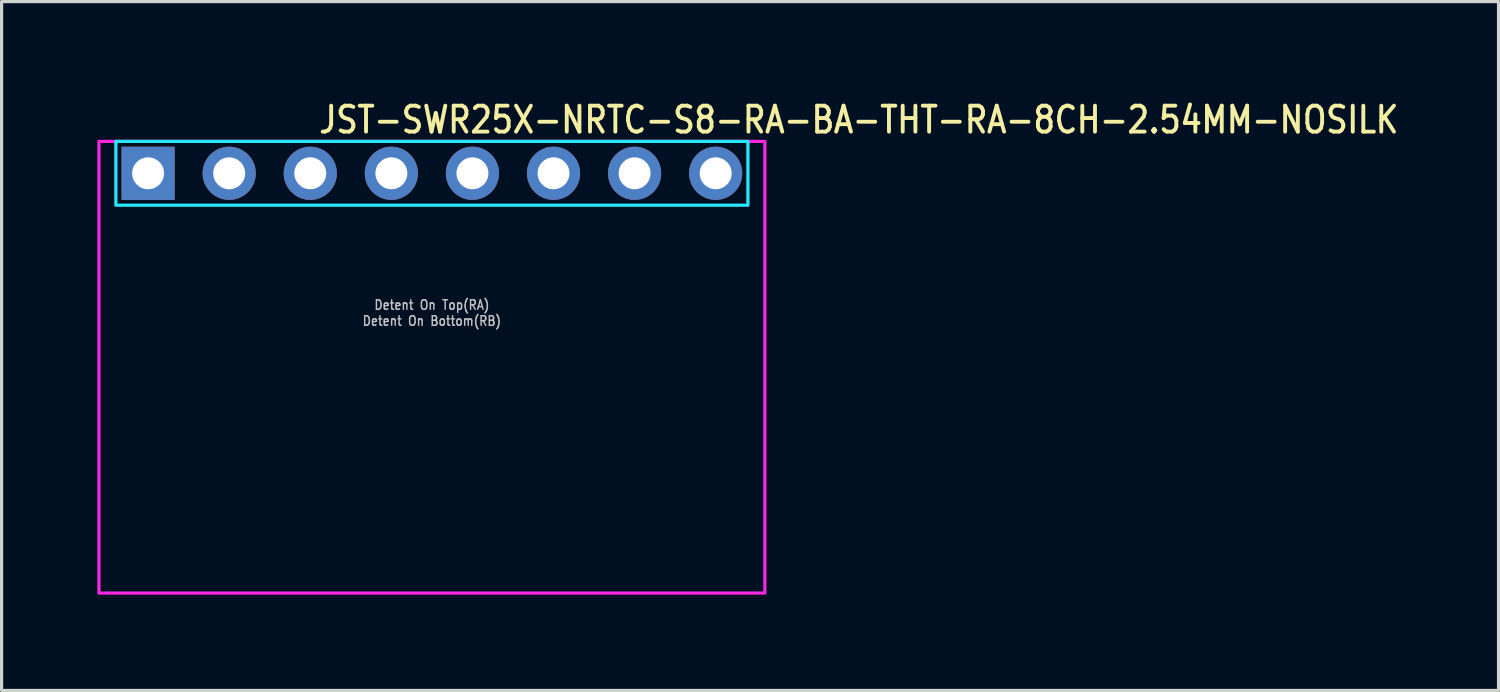
<source format=kicad_pcb>
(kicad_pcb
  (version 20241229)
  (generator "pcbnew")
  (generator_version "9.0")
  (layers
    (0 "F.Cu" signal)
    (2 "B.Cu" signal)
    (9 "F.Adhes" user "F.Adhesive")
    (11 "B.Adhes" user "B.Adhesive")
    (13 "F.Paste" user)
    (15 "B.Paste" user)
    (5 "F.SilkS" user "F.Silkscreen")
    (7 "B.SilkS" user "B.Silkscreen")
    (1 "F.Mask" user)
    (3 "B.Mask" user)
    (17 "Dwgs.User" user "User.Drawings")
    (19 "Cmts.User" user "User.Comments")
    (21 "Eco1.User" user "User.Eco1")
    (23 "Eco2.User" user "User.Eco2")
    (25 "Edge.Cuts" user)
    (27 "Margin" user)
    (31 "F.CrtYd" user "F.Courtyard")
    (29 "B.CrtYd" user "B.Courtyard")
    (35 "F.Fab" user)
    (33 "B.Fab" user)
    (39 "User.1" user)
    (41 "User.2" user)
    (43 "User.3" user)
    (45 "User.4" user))
  (footprint "JST-SWR25X-NRTC-S8-RA-BA-THT-RA-8CH-2.54MM-NOSILK"
    (layer "F.Cu")
    (at 10.48 2.379)
    (property "Reference" "JST-SWR25X-NRTC-S8-RA-BA-THT-RA-8CH-2.54MM-NOSILK" (at -3.6 -1.2 0) (unlocked yes) (layer "F.SilkS") (effects (font (size 0.813 0.695) (thickness 0.122)) (justify left bottom)))
    (fp_poly (pts (xy -9.9 -1) (xy -9.9 1) (xy 9.9 1) (xy 9.9 -1)) (stroke (width 0.1) (type solid)) (fill no) (layer "B.CrtYd"))
    (fp_poly (pts (xy -10.43 -1) (xy -10.43 13.15) (xy 10.43 13.15) (xy 10.43 -1)) (stroke (width 0.1) (type solid)) (fill no) (layer "F.CrtYd"))
    (fp_text user "Detent On Bottom(RB)" (at 0 4.8 0) (unlocked yes) (layer "Dwgs.User") (effects (font (size 0.3 0.257) (thickness 0.045)) (justify bottom)))
    (fp_text user "Detent On Top(RA)" (at 0 4.3 0) (unlocked yes) (layer "Dwgs.User") (effects (font (size 0.3 0.257) (thickness 0.045)) (justify bottom)))
    (pad "P$1" thru_hole rect (at -8.89 0) (size 1.667 1.667) (drill 1) (layers "*.Cu" "*.Mask"))
    (pad "P$2" thru_hole oval (at -6.35 0) (size 1.667 1.667) (drill 1) (layers "*.Cu" "*.Mask"))
    (pad "P$3" thru_hole oval (at -3.81 0) (size 1.667 1.667) (drill 1) (layers "*.Cu" "*.Mask"))
    (pad "P$4" thru_hole oval (at -1.27 0) (size 1.667 1.667) (drill 1) (layers "*.Cu" "*.Mask"))
    (pad "P$5" thru_hole oval (at 1.27 0) (size 1.667 1.667) (drill 1) (layers "*.Cu" "*.Mask"))
    (pad "P$6" thru_hole oval (at 3.81 0) (size 1.667 1.667) (drill 1) (layers "*.Cu" "*.Mask"))
    (pad "P$7" thru_hole oval (at 6.35 0) (size 1.667 1.667) (drill 1) (layers "*.Cu" "*.Mask"))
    (pad "P$8" thru_hole oval (at 8.89 0) (size 1.667 1.667) (drill 1) (layers "*.Cu" "*.Mask")))
  (gr_rect
    (start -3 -3)
    (end 43.894 18.579)
    (stroke (width 0.1) (type default))
    (fill no)
    (layer "Edge.Cuts")))
</source>
